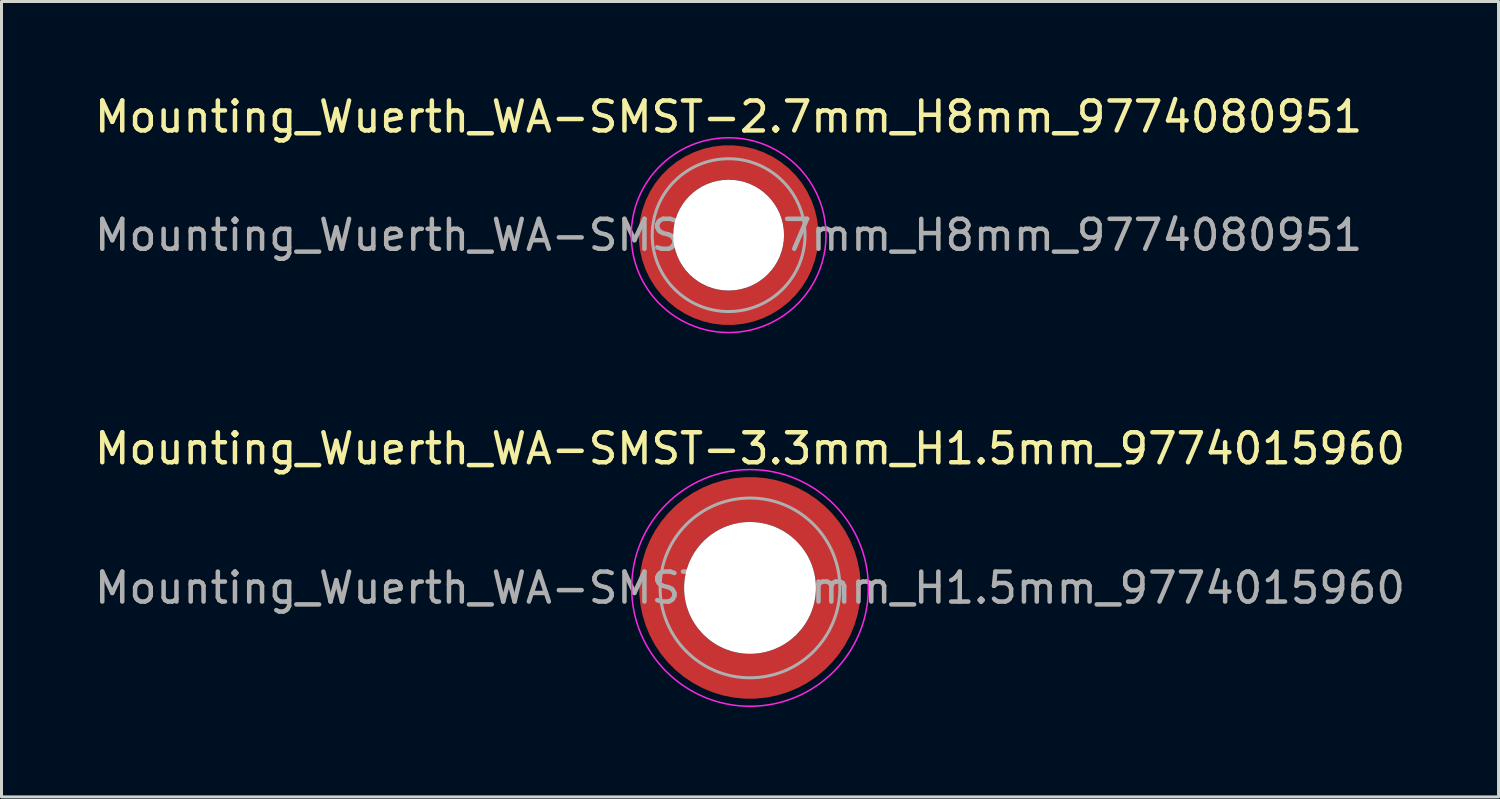
<source format=kicad_pcb>
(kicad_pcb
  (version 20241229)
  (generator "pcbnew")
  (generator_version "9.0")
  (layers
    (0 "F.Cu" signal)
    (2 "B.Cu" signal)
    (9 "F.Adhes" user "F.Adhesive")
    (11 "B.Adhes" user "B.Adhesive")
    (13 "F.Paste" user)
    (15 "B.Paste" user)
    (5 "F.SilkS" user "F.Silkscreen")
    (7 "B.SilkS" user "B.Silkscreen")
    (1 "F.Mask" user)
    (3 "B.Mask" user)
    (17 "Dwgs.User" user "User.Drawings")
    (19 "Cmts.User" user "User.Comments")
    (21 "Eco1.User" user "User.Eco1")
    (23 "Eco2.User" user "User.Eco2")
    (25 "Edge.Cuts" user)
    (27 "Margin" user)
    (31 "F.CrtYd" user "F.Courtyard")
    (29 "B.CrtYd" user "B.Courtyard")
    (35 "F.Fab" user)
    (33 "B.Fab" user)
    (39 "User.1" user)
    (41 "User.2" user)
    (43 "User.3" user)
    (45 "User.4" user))
  (footprint "Mounting_Wuerth_WA-SMST-3.3mm_H1.5mm_9774015960"
    (layer "F.Cu")
    (at 21.982 16.572)
    (property "Reference" "Mounting_Wuerth_WA-SMST-3.3mm_H1.5mm_9774015960" (at 0 -4.65 0) (layer "F.SilkS") (effects (font (size 1 1) (thickness 0.15))))
    (attr smd)
    (fp_circle (center 0 0) (end 3.95 0) (stroke (width 0.05) (type solid)) (fill no) (layer "F.CrtYd"))
    (fp_circle (center 0 0) (end 3 0) (stroke (width 0.1) (type solid)) (fill no) (layer "F.Fab"))
    (fp_text user "${REFERENCE}" (at 0 0 0) (layer "F.Fab") (effects (font (size 1 1) (thickness 0.15))))
    (pad "" smd custom (at -2.058 -2.058) (size 0.7 0.7) (layers "F.Paste") (options (anchor circle)) (primitives (gr_arc (start -0.377294 1.707681) (mid 0.317578 0.318817) (end 1.705947 -0.377044) (width 0.2)) (gr_arc (start -0.478281 1.707681) (mid 0.246161 0.248814) (end 1.703965 -0.477765) (width 0.2)) (gr_arc (start -0.579192 1.707681) (mid 0.175492 0.178063) (end 1.704077 -0.578711) (width 0.2)) (gr_arc (start -0.680037 1.707681) (mid 0.105568 0.106564) (end 1.706284 -0.679858) (width 0.2)) (gr_arc (start -0.780822 1.707681) (mid 0.034627 0.036085) (end 1.705634 -0.780569) (width 0.2)) (gr_arc (start -0.881554 1.707681) (mid -0.035694 -0.035016) (end 1.706729 -0.881441) (width 0.2)) (gr_arc (start -0.982237 1.707681) (mid -0.107281 -0.10485) (end 1.704266 -0.981843) (width 0.2)) (gr_arc (start -1.082877 1.707681) (mid -0.178372 -0.175181) (end 1.703197 -1.082374) (width 0.2)) (gr_arc (start -1.183476 1.707681) (mid -0.248964 -0.246008) (end 1.703525 -1.183025) (width 0.2)) (gr_arc (start -1.28404 1.707681) (mid -0.319062 -0.317334) (end 1.70525 -1.283784) (width 0.2)) (gr_line (start 1.708 -0.377) (end 1.708 -1.284) (width 0.2)) (gr_line (start -0.377 1.708) (end -1.284 1.708) (width 0.2))))
    (pad "" smd custom (at -2.058 2.058) (size 0.7 0.7) (layers "F.Paste") (options (anchor circle)) (primitives (gr_arc (start 1.707681 0.377294) (mid 0.318817 -0.317578) (end -0.377044 -1.705947) (width 0.2)) (gr_arc (start 1.707681 0.478281) (mid 0.248814 -0.246161) (end -0.477765 -1.703965) (width 0.2)) (gr_arc (start 1.707681 0.579192) (mid 0.178063 -0.175492) (end -0.578711 -1.704077) (width 0.2)) (gr_arc (start 1.707681 0.680037) (mid 0.106564 -0.105568) (end -0.679858 -1.706284) (width 0.2)) (gr_arc (start 1.707681 0.780822) (mid 0.036085 -0.034626) (end -0.780569 -1.705634) (width 0.2)) (gr_arc (start 1.707681 0.881554) (mid -0.035016 0.035694) (end -0.881441 -1.706729) (width 0.2)) (gr_arc (start 1.707681 0.982237) (mid -0.10485 0.107281) (end -0.981842 -1.704266) (width 0.2)) (gr_arc (start 1.707681 1.082877) (mid -0.175181 0.178372) (end -1.082374 -1.703197) (width 0.2)) (gr_arc (start 1.707681 1.183476) (mid -0.246008 0.248964) (end -1.183025 -1.703525) (width 0.2)) (gr_arc (start 1.707681 1.28404) (mid -0.317334 0.319062) (end -1.283784 -1.70525) (width 0.2)) (gr_line (start -0.377 -1.708) (end -1.284 -1.708) (width 0.2)) (gr_line (start 1.708 0.377) (end 1.708 1.284) (width 0.2))))
    (pad "" np_thru_hole circle (at 0 0) (size 4.4 4.4) (drill 4.4) (layers "*.Cu" "*.Mask"))
    (pad "" smd custom (at 2.058 -2.058) (size 0.7 0.7) (layers "F.Paste") (options (anchor circle)) (primitives (gr_arc (start -1.707681 -0.377294) (mid -0.318817 0.317579) (end 0.377044 1.705947) (width 0.2)) (gr_arc (start -1.707681 -0.478281) (mid -0.248814 0.246161) (end 0.477765 1.703965) (width 0.2)) (gr_arc (start -1.707681 -0.579192) (mid -0.178063 0.175492) (end 0.578711 1.704077) (width 0.2)) (gr_arc (start -1.707681 -0.680037) (mid -0.106564 0.105568) (end 0.679858 1.706284) (width 0.2)) (gr_arc (start -1.707681 -0.780822) (mid -0.036085 0.034627) (end 0.780569 1.705634) (width 0.2)) (gr_arc (start -1.707681 -0.881554) (mid 0.035016 -0.035694) (end 0.881441 1.706729) (width 0.2)) (gr_arc (start -1.707681 -0.982237) (mid 0.10485 -0.107281) (end 0.981843 1.704266) (width 0.2)) (gr_arc (start -1.707681 -1.082877) (mid 0.175181 -0.178372) (end 1.082374 1.703197) (width 0.2)) (gr_arc (start -1.707681 -1.183476) (mid 0.246008 -0.248964) (end 1.183025 1.703525) (width 0.2)) (gr_arc (start -1.707681 -1.28404) (mid 0.317333 -0.319062) (end 1.283784 1.70525) (width 0.2)) (gr_line (start 0.377 1.708) (end 1.284 1.708) (width 0.2)) (gr_line (start -1.708 -0.377) (end -1.708 -1.284) (width 0.2))))
    (pad "" smd custom (at 2.058 2.058) (size 0.7 0.7) (layers "F.Paste") (options (anchor circle)) (primitives (gr_arc (start 0.377294 -1.707681) (mid -0.317579 -0.318817) (end -1.705947 0.377044) (width 0.2)) (gr_arc (start 0.478281 -1.707681) (mid -0.246161 -0.248814) (end -1.703965 0.477765) (width 0.2)) (gr_arc (start 0.579192 -1.707681) (mid -0.175492 -0.178063) (end -1.704077 0.578711) (width 0.2)) (gr_arc (start 0.680037 -1.707681) (mid -0.105568 -0.106564) (end -1.706284 0.679858) (width 0.2)) (gr_arc (start 0.780822 -1.707681) (mid -0.034627 -0.036085) (end -1.705634 0.780569) (width 0.2)) (gr_arc (start 0.881554 -1.707681) (mid 0.035694 0.035016) (end -1.706729 0.881441) (width 0.2)) (gr_arc (start 0.982237 -1.707681) (mid 0.107281 0.10485) (end -1.704266 0.981843) (width 0.2)) (gr_arc (start 1.082877 -1.707681) (mid 0.178372 0.175181) (end -1.703197 1.082374) (width 0.2)) (gr_arc (start 1.183476 -1.707681) (mid 0.248964 0.246008) (end -1.703525 1.183025) (width 0.2)) (gr_arc (start 1.28404 -1.707681) (mid 0.319062 0.317333) (end -1.70525 1.283784) (width 0.2)) (gr_line (start -1.708 0.377) (end -1.708 1.284) (width 0.2)) (gr_line (start 0.377 -1.708) (end 1.284 -1.708) (width 0.2))))
    (pad "1" smd circle (at -2.95 0) (size 1.1 1.1) (layers "F.Cu"))
    (pad "1" smd circle (at 0 -2.95) (size 1.1 1.1) (layers "F.Cu"))
    (pad "1" smd circle (at 0 2.95) (size 1.1 1.1) (layers "F.Cu"))
    (pad "1" smd custom (at 2.95 0) (size 1.1 1.1) (layers "F.Cu" "F.Mask") (options (anchor circle)) (primitives (gr_circle (center -2.95 0) (end 0 0) (width 1.5) (fill no)))))
  (footprint "Mounting_Wuerth_WA-SMST-2.7mm_H8mm_9774080951"
    (layer "F.Cu")
    (at 21.268 4.798)
    (property "Reference" "Mounting_Wuerth_WA-SMST-2.7mm_H8mm_9774080951" (at 0 -3.95 0) (layer "F.SilkS") (effects (font (size 1 1) (thickness 0.15))))
    (attr smd)
    (fp_circle (center 0 0) (end 3.25 0) (stroke (width 0.05) (type solid)) (fill no) (layer "F.CrtYd"))
    (fp_circle (center 0 0) (end 2.55 0) (stroke (width 0.1) (type solid)) (fill no) (layer "F.Fab"))
    (fp_text user "${REFERENCE}" (at 0 0 0) (layer "F.Fab") (effects (font (size 1 1) (thickness 0.15))))
    (pad "" smd custom (at -1.704 -1.704) (size 0.62 0.62) (layers "F.Paste") (options (anchor circle)) (primitives (gr_arc (start -0.250195 1.279127) (mid 0.289146 0.290681) (end 1.277006 -0.249732) (width 0.2)) (gr_arc (start -0.34334 1.279127) (mid 0.224883 0.226093) (end 1.277452 -0.342992) (width 0.2)) (gr_arc (start -0.436309 1.279127) (mid 0.160537 0.16159) (end 1.277666 -0.436018) (width 0.2)) (gr_arc (start -0.529126 1.279127) (mid 0.095932 0.097343) (end 1.277167 -0.528752) (width 0.2)) (gr_arc (start -0.621807 1.279127) (mid 0.0309 0.033527) (end 1.275473 -0.621136) (width 0.2)) (gr_arc (start -0.71437 1.279127) (mid -0.03322 -0.031206) (end 1.276322 -0.713875) (width 0.2)) (gr_arc (start -0.806826 1.279127) (mid -0.097997 -0.095278) (end 1.275336 -0.806181) (width 0.2)) (gr_arc (start -0.899187 1.279127) (mid -0.161977 -0.16015) (end 1.276577 -0.898769) (width 0.2)) (gr_arc (start -0.991463 1.279127) (mid -0.226842 -0.224133) (end 1.275343 -0.990864) (width 0.2)) (gr_arc (start -1.083663 1.279127) (mid -0.291026 -0.288801) (end 1.276016 -1.083187) (width 0.2)) (gr_line (start 1.279 -0.25) (end 1.279 -1.084) (width 0.2)) (gr_line (start -0.25 1.279) (end -1.084 1.279) (width 0.2))))
    (pad "" smd custom (at -1.704 1.704) (size 0.62 0.62) (layers "F.Paste") (options (anchor circle)) (primitives (gr_arc (start 1.279127 0.250195) (mid 0.290681 -0.289146) (end -0.249732 -1.277006) (width 0.2)) (gr_arc (start 1.279127 0.34334) (mid 0.226093 -0.224883) (end -0.342992 -1.277452) (width 0.2)) (gr_arc (start 1.279127 0.436309) (mid 0.16159 -0.160537) (end -0.436018 -1.277666) (width 0.2)) (gr_arc (start 1.279127 0.529126) (mid 0.097343 -0.095932) (end -0.528752 -1.277167) (width 0.2)) (gr_arc (start 1.279127 0.621807) (mid 0.033527 -0.0309) (end -0.621136 -1.275473) (width 0.2)) (gr_arc (start 1.279127 0.71437) (mid -0.031206 0.03322) (end -0.713875 -1.276322) (width 0.2)) (gr_arc (start 1.279127 0.806826) (mid -0.095278 0.097997) (end -0.806181 -1.275336) (width 0.2)) (gr_arc (start 1.279127 0.899187) (mid -0.16015 0.161977) (end -0.898769 -1.276577) (width 0.2)) (gr_arc (start 1.279127 0.991463) (mid -0.224133 0.226842) (end -0.990864 -1.275343) (width 0.2)) (gr_arc (start 1.279127 1.083663) (mid -0.288801 0.291026) (end -1.083187 -1.276016) (width 0.2)) (gr_line (start -0.25 -1.279) (end -1.084 -1.279) (width 0.2)) (gr_line (start 1.279 0.25) (end 1.279 1.084) (width 0.2))))
    (pad "" np_thru_hole circle (at 0 0) (size 3.7 3.7) (drill 3.7) (layers "*.Cu" "*.Mask"))
    (pad "" smd custom (at 1.704 -1.704) (size 0.62 0.62) (layers "F.Paste") (options (anchor circle)) (primitives (gr_arc (start -1.279127 -0.250195) (mid -0.290681 0.289146) (end 0.249732 1.277006) (width 0.2)) (gr_arc (start -1.279127 -0.34334) (mid -0.226093 0.224883) (end 0.342992 1.277452) (width 0.2)) (gr_arc (start -1.279127 -0.436309) (mid -0.16159 0.160537) (end 0.436018 1.277666) (width 0.2)) (gr_arc (start -1.279127 -0.529126) (mid -0.097343 0.095932) (end 0.528752 1.277167) (width 0.2)) (gr_arc (start -1.279127 -0.621807) (mid -0.033527 0.0309) (end 0.621136 1.275473) (width 0.2)) (gr_arc (start -1.279127 -0.71437) (mid 0.031206 -0.03322) (end 0.713875 1.276322) (width 0.2)) (gr_arc (start -1.279127 -0.806826) (mid 0.095278 -0.097997) (end 0.806181 1.275336) (width 0.2)) (gr_arc (start -1.279127 -0.899187) (mid 0.16015 -0.161977) (end 0.898769 1.276577) (width 0.2)) (gr_arc (start -1.279127 -0.991463) (mid 0.224133 -0.226842) (end 0.990864 1.275343) (width 0.2)) (gr_arc (start -1.279127 -1.083663) (mid 0.288801 -0.291026) (end 1.083187 1.276016) (width 0.2)) (gr_line (start 0.25 1.279) (end 1.084 1.279) (width 0.2)) (gr_line (start -1.279 -0.25) (end -1.279 -1.084) (width 0.2))))
    (pad "" smd custom (at 1.704 1.704) (size 0.62 0.62) (layers "F.Paste") (options (anchor circle)) (primitives (gr_arc (start 0.250195 -1.279127) (mid -0.289146 -0.290681) (end -1.277006 0.249732) (width 0.2)) (gr_arc (start 0.34334 -1.279127) (mid -0.224883 -0.226093) (end -1.277452 0.342992) (width 0.2)) (gr_arc (start 0.436309 -1.279127) (mid -0.160537 -0.16159) (end -1.277666 0.436018) (width 0.2)) (gr_arc (start 0.529126 -1.279127) (mid -0.095932 -0.097343) (end -1.277167 0.528752) (width 0.2)) (gr_arc (start 0.621807 -1.279127) (mid -0.0309 -0.033527) (end -1.275473 0.621136) (width 0.2)) (gr_arc (start 0.71437 -1.279127) (mid 0.03322 0.031206) (end -1.276322 0.713875) (width 0.2)) (gr_arc (start 0.806826 -1.279127) (mid 0.097997 0.095278) (end -1.275336 0.806181) (width 0.2)) (gr_arc (start 0.899187 -1.279127) (mid 0.161977 0.16015) (end -1.276577 0.898769) (width 0.2)) (gr_arc (start 0.991463 -1.279127) (mid 0.226842 0.224133) (end -1.275343 0.990864) (width 0.2)) (gr_arc (start 1.083663 -1.279127) (mid 0.291026 0.288801) (end -1.276016 1.083187) (width 0.2)) (gr_line (start -1.279 0.25) (end -1.279 1.084) (width 0.2)) (gr_line (start 0.25 -1.279) (end 1.084 -1.279) (width 0.2))))
    (pad "1" smd circle (at -2.425 0) (size 0.75 0.75) (layers "F.Cu"))
    (pad "1" smd circle (at 0 -2.425) (size 0.75 0.75) (layers "F.Cu"))
    (pad "1" smd circle (at 0 2.425) (size 0.75 0.75) (layers "F.Cu"))
    (pad "1" smd custom (at 2.425 0) (size 0.75 0.75) (layers "F.Cu" "F.Mask") (options (anchor circle)) (primitives (gr_circle (center -2.425 0) (end 0 0) (width 1.15) (fill no)))))
  (gr_rect
    (start -3 -3)
    (end 46.964 23.547)
    (stroke (width 0.1) (type default))
    (fill no)
    (layer "Edge.Cuts")))
</source>
